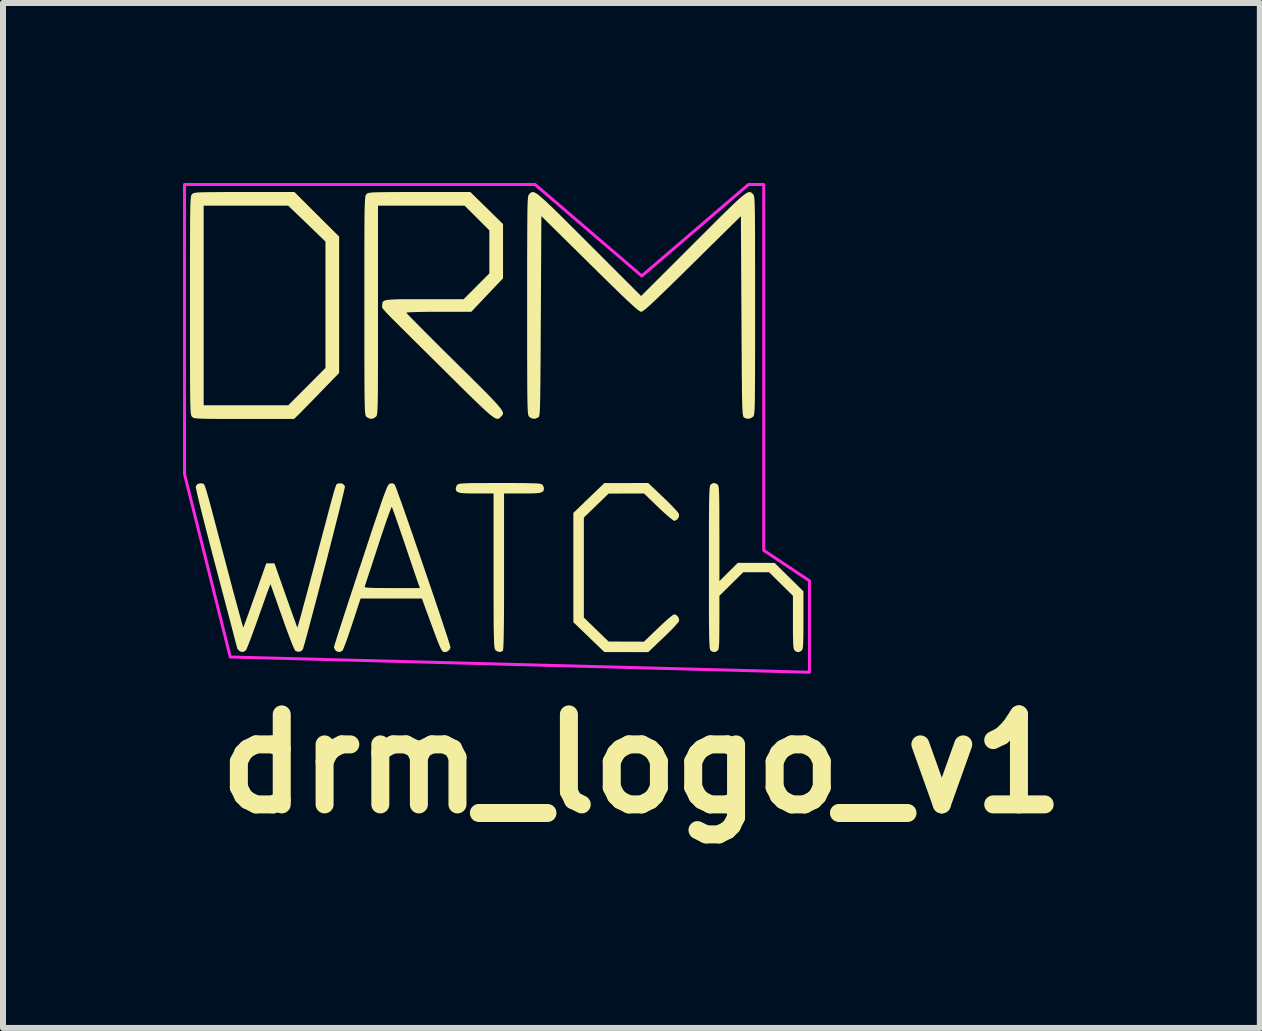
<source format=kicad_pcb>
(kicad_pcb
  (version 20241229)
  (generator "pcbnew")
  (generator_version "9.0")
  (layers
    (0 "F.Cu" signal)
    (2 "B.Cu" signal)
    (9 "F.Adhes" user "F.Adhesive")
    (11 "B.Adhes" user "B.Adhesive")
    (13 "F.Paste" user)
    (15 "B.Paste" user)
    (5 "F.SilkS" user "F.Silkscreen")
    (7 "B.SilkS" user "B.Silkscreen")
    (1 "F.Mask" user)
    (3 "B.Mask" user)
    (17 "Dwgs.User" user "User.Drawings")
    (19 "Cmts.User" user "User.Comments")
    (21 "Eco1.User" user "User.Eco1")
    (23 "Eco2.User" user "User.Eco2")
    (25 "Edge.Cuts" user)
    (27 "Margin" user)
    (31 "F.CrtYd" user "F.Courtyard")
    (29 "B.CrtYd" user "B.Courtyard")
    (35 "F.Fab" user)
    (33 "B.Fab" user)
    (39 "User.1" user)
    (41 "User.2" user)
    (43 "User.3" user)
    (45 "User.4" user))
  (footprint "drm_logo_v1"
    (layer "F.Cu")
    (at 5.105 4.089)
    (property "Reference" "drm_logo_v1" (at 2.54 5.588 0) (layer "F.SilkS") (effects (font (size 1.5 1.5) (thickness 0.3))))
    (attr board_only exclude_from_pos_files exclude_from_bom)
    (fp_poly (pts (xy 2.899 1.149) (xy 2.978 1.225) (xy 3.047 1.295) (xy 3.104 1.356) (xy 3.143 1.401) (xy 3.162 1.429) (xy 3.162 1.43) (xy 3.158 1.476) (xy 3.132 1.517) (xy 3.092 1.539) (xy 3.08 1.54) (xy 3.059 1.529) (xy 3.017 1.496) (xy 2.959 1.447) (xy 2.889 1.384) (xy 2.814 1.313) (xy 2.577 1.085) (xy 2.282 1.086) (xy 1.987 1.087) (xy 1.781 1.287) (xy 1.575 1.486) (xy 1.575 2.319) (xy 1.575 3.152) (xy 1.781 3.352) (xy 1.987 3.552) (xy 2.282 3.553) (xy 2.577 3.554) (xy 2.814 3.326) (xy 2.89 3.254) (xy 2.959 3.192) (xy 3.017 3.142) (xy 3.059 3.11) (xy 3.08 3.098) (xy 3.122 3.114) (xy 3.153 3.151) (xy 3.164 3.197) (xy 3.162 3.209) (xy 3.147 3.233) (xy 3.109 3.277) (xy 3.055 3.336) (xy 2.986 3.405) (xy 2.909 3.48) (xy 2.899 3.489) (xy 2.647 3.729) (xy 2.282 3.728) (xy 1.917 3.728) (xy 1.658 3.479) (xy 1.4 3.23) (xy 1.4 2.319) (xy 1.4 1.409) (xy 1.658 1.16) (xy 1.917 0.911) (xy 2.282 0.911) (xy 2.647 0.91)) (stroke (width 0) (type solid)) (fill yes) (layer "F.SilkS"))
    (fp_poly (pts (xy 0.35 0.91) (xy 0.493 0.911) (xy 0.607 0.912) (xy 0.696 0.914) (xy 0.764 0.916) (xy 0.813 0.919) (xy 0.846 0.923) (xy 0.867 0.929) (xy 0.88 0.935) (xy 0.883 0.938) (xy 0.905 0.974) (xy 0.91 0.998) (xy 0.907 1.027) (xy 0.896 1.049) (xy 0.871 1.065) (xy 0.828 1.076) (xy 0.764 1.082) (xy 0.674 1.085) (xy 0.552 1.085) (xy 0.55 1.085) (xy 0.245 1.085) (xy 0.245 2.386) (xy 0.245 2.645) (xy 0.245 2.871) (xy 0.244 3.066) (xy 0.243 3.231) (xy 0.241 3.368) (xy 0.239 3.48) (xy 0.237 3.567) (xy 0.234 3.631) (xy 0.231 3.675) (xy 0.227 3.7) (xy 0.224 3.708) (xy 0.183 3.727) (xy 0.136 3.72) (xy 0.097 3.69) (xy 0.092 3.679) (xy 0.088 3.662) (xy 0.084 3.636) (xy 0.08 3.598) (xy 0.078 3.547) (xy 0.076 3.479) (xy 0.074 3.393) (xy 0.072 3.286) (xy 0.071 3.155) (xy 0.071 3) (xy 0.07 2.816) (xy 0.07 2.601) (xy 0.07 2.368) (xy 0.07 1.085) (xy -0.218 1.085) (xy -0.336 1.084) (xy -0.424 1.081) (xy -0.485 1.075) (xy -0.526 1.063) (xy -0.548 1.046) (xy -0.558 1.022) (xy -0.56 0.998) (xy -0.548 0.959) (xy -0.533 0.938) (xy -0.522 0.931) (xy -0.504 0.925) (xy -0.475 0.92) (xy -0.431 0.917) (xy -0.37 0.914) (xy -0.288 0.912) (xy -0.182 0.911) (xy -0.048 0.911) (xy 0.116 0.91) (xy 0.175 0.91)) (stroke (width 0) (type solid)) (fill yes) (layer "F.SilkS"))
    (fp_poly (pts (xy -2.876 -3.567) (xy -2.503 -3.196) (xy -2.503 -2.06) (xy -2.503 -0.924) (xy -2.786 -0.633) (xy -2.872 -0.543) (xy -2.957 -0.456) (xy -3.035 -0.377) (xy -3.1 -0.311) (xy -3.147 -0.262) (xy -3.16 -0.249) (xy -3.253 -0.158) (xy -4.086 -0.158) (xy -4.278 -0.158) (xy -4.439 -0.158) (xy -4.57 -0.158) (xy -4.676 -0.159) (xy -4.759 -0.161) (xy -4.822 -0.163) (xy -4.868 -0.166) (xy -4.901 -0.169) (xy -4.924 -0.174) (xy -4.938 -0.18) (xy -4.949 -0.188) (xy -4.954 -0.193) (xy -4.96 -0.199) (xy -4.965 -0.207) (xy -4.969 -0.219) (xy -4.973 -0.236) (xy -4.976 -0.262) (xy -4.979 -0.297) (xy -4.981 -0.344) (xy -4.983 -0.406) (xy -4.985 -0.483) (xy -4.986 -0.578) (xy -4.987 -0.693) (xy -4.988 -0.831) (xy -4.988 -0.992) (xy -4.989 -1.179) (xy -4.989 -1.394) (xy -4.989 -1.64) (xy -4.989 -1.917) (xy -4.989 -2.048) (xy -4.989 -2.34) (xy -4.989 -2.599) (xy -4.989 -2.827) (xy -4.988 -3.027) (xy -4.988 -3.199) (xy -4.987 -3.346) (xy -4.987 -3.471) (xy -4.985 -3.574) (xy -4.984 -3.659) (xy -4.983 -3.711) (xy -4.761 -3.711) (xy -4.761 -2.048) (xy -4.761 -0.385) (xy -4.057 -0.385) (xy -3.352 -0.385) (xy -3.041 -0.696) (xy -2.731 -1.007) (xy -2.731 -2.06) (xy -2.731 -3.113) (xy -3.041 -3.412) (xy -3.352 -3.711) (xy -4.057 -3.711) (xy -4.761 -3.711) (xy -4.983 -3.711) (xy -4.982 -3.727) (xy -4.98 -3.78) (xy -4.977 -3.82) (xy -4.974 -3.85) (xy -4.971 -3.871) (xy -4.967 -3.885) (xy -4.962 -3.894) (xy -4.956 -3.901) (xy -4.954 -3.904) (xy -4.945 -3.912) (xy -4.933 -3.918) (xy -4.916 -3.924) (xy -4.89 -3.928) (xy -4.852 -3.932) (xy -4.799 -3.934) (xy -4.729 -3.936) (xy -4.637 -3.937) (xy -4.522 -3.938) (xy -4.379 -3.939) (xy -4.207 -3.939) (xy -4.084 -3.939) (xy -3.249 -3.939)) (stroke (width 0) (type solid)) (fill yes) (layer "F.SilkS"))
    (fp_poly (pts (xy 3.785 0.922) (xy 3.806 0.938) (xy 3.813 0.948) (xy 3.818 0.965) (xy 3.823 0.993) (xy 3.826 1.034) (xy 3.829 1.091) (xy 3.831 1.168) (xy 3.832 1.268) (xy 3.833 1.393) (xy 3.833 1.547) (xy 3.834 1.733) (xy 3.834 1.756) (xy 3.834 2.546) (xy 3.987 2.393) (xy 4.141 2.241) (xy 4.447 2.241) (xy 4.753 2.242) (xy 4.993 2.478) (xy 5.234 2.715) (xy 5.234 3.195) (xy 5.234 3.339) (xy 5.233 3.453) (xy 5.231 3.54) (xy 5.229 3.603) (xy 5.225 3.647) (xy 5.219 3.676) (xy 5.212 3.694) (xy 5.207 3.701) (xy 5.17 3.724) (xy 5.147 3.729) (xy 5.108 3.717) (xy 5.087 3.701) (xy 5.078 3.688) (xy 5.071 3.666) (xy 5.066 3.631) (xy 5.063 3.579) (xy 5.061 3.505) (xy 5.059 3.406) (xy 5.059 3.277) (xy 5.059 3.232) (xy 5.059 2.79) (xy 4.86 2.594) (xy 4.662 2.398) (xy 4.446 2.398) (xy 4.231 2.398) (xy 4.032 2.594) (xy 3.834 2.79) (xy 3.834 3.232) (xy 3.833 3.371) (xy 3.832 3.478) (xy 3.831 3.559) (xy 3.827 3.618) (xy 3.823 3.657) (xy 3.817 3.683) (xy 3.809 3.698) (xy 3.806 3.701) (xy 3.77 3.724) (xy 3.746 3.729) (xy 3.708 3.717) (xy 3.686 3.701) (xy 3.681 3.693) (xy 3.677 3.679) (xy 3.673 3.656) (xy 3.669 3.622) (xy 3.667 3.574) (xy 3.664 3.511) (xy 3.663 3.431) (xy 3.661 3.33) (xy 3.66 3.206) (xy 3.659 3.058) (xy 3.659 2.882) (xy 3.659 2.678) (xy 3.659 2.441) (xy 3.659 2.319) (xy 3.659 2.068) (xy 3.659 1.848) (xy 3.659 1.66) (xy 3.66 1.499) (xy 3.661 1.364) (xy 3.662 1.253) (xy 3.664 1.163) (xy 3.666 1.092) (xy 3.668 1.037) (xy 3.671 0.997) (xy 3.675 0.97) (xy 3.679 0.951) (xy 3.684 0.941) (xy 3.686 0.938) (xy 3.723 0.915) (xy 3.746 0.91)) (stroke (width 0) (type solid)) (fill yes) (layer "F.SilkS"))
    (fp_poly (pts (xy -1.584 0.93) (xy -1.577 0.937) (xy -1.568 0.958) (xy -1.548 1.008) (xy -1.52 1.086) (xy -1.483 1.188) (xy -1.439 1.31) (xy -1.39 1.451) (xy -1.336 1.606) (xy -1.277 1.774) (xy -1.217 1.95) (xy -1.154 2.132) (xy -1.091 2.316) (xy -1.028 2.5) (xy -0.966 2.681) (xy -0.907 2.855) (xy -0.851 3.02) (xy -0.8 3.172) (xy -0.755 3.309) (xy -0.716 3.427) (xy -0.685 3.523) (xy -0.663 3.594) (xy -0.65 3.638) (xy -0.648 3.65) (xy -0.662 3.686) (xy -0.696 3.716) (xy -0.732 3.728) (xy -0.748 3.728) (xy -0.762 3.725) (xy -0.776 3.718) (xy -0.79 3.702) (xy -0.806 3.676) (xy -0.825 3.635) (xy -0.849 3.578) (xy -0.879 3.502) (xy -0.916 3.403) (xy -0.962 3.279) (xy -1.018 3.126) (xy -1.059 3.015) (xy -1.124 2.836) (xy -1.635 2.836) (xy -2.146 2.836) (xy -2.285 3.259) (xy -2.324 3.375) (xy -2.36 3.481) (xy -2.393 3.572) (xy -2.42 3.643) (xy -2.439 3.689) (xy -2.448 3.705) (xy -2.491 3.727) (xy -2.539 3.719) (xy -2.563 3.701) (xy -2.585 3.666) (xy -2.59 3.644) (xy -2.584 3.623) (xy -2.568 3.572) (xy -2.543 3.492) (xy -2.51 3.387) (xy -2.468 3.259) (xy -2.42 3.11) (xy -2.366 2.943) (xy -2.306 2.761) (xy -2.265 2.637) (xy -2.078 2.637) (xy -2.076 2.644) (xy -2.061 2.65) (xy -2.029 2.654) (xy -1.978 2.657) (xy -1.904 2.659) (xy -1.802 2.66) (xy -1.67 2.661) (xy -1.622 2.661) (xy -1.156 2.661) (xy -1.175 2.613) (xy -1.185 2.585) (xy -1.204 2.529) (xy -1.232 2.448) (xy -1.267 2.345) (xy -1.308 2.225) (xy -1.353 2.092) (xy -1.401 1.95) (xy -1.403 1.943) (xy -1.451 1.802) (xy -1.496 1.672) (xy -1.536 1.556) (xy -1.57 1.458) (xy -1.597 1.382) (xy -1.616 1.331) (xy -1.625 1.309) (xy -1.626 1.308) (xy -1.634 1.322) (xy -1.651 1.365) (xy -1.677 1.434) (xy -1.71 1.526) (xy -1.748 1.638) (xy -1.792 1.766) (xy -1.838 1.907) (xy -1.853 1.954) (xy -1.901 2.099) (xy -1.945 2.235) (xy -1.985 2.357) (xy -2.02 2.462) (xy -2.047 2.545) (xy -2.066 2.604) (xy -2.077 2.634) (xy -2.078 2.637) (xy -2.265 2.637) (xy -2.242 2.566) (xy -2.175 2.361) (xy -2.146 2.276) (xy -2.066 2.033) (xy -1.996 1.821) (xy -1.936 1.639) (xy -1.883 1.483) (xy -1.839 1.352) (xy -1.802 1.243) (xy -1.771 1.154) (xy -1.745 1.084) (xy -1.724 1.03) (xy -1.708 0.989) (xy -1.694 0.961) (xy -1.682 0.941) (xy -1.672 0.929) (xy -1.663 0.923) (xy -1.657 0.92) (xy -1.616 0.913)) (stroke (width 0) (type solid)) (fill yes) (layer "F.SilkS"))
    (fp_poly (pts (xy -4.779 0.919) (xy -4.772 0.921) (xy -4.765 0.923) (xy -4.759 0.927) (xy -4.753 0.935) (xy -4.745 0.951) (xy -4.736 0.975) (xy -4.724 1.011) (xy -4.709 1.06) (xy -4.69 1.125) (xy -4.667 1.208) (xy -4.639 1.311) (xy -4.606 1.437) (xy -4.566 1.588) (xy -4.519 1.766) (xy -4.464 1.974) (xy -4.402 2.21) (xy -4.351 2.401) (xy -4.304 2.581) (xy -4.259 2.748) (xy -4.218 2.899) (xy -4.182 3.031) (xy -4.152 3.141) (xy -4.128 3.228) (xy -4.111 3.287) (xy -4.102 3.316) (xy -4.101 3.319) (xy -4.093 3.301) (xy -4.076 3.254) (xy -4.05 3.183) (xy -4.016 3.09) (xy -3.977 2.98) (xy -3.933 2.857) (xy -3.906 2.781) (xy -3.718 2.249) (xy -3.649 2.249) (xy -3.581 2.249) (xy -3.394 2.78) (xy -3.348 2.909) (xy -3.306 3.027) (xy -3.269 3.131) (xy -3.238 3.215) (xy -3.216 3.277) (xy -3.202 3.312) (xy -3.199 3.318) (xy -3.194 3.303) (xy -3.18 3.257) (xy -3.159 3.182) (xy -3.131 3.082) (xy -3.098 2.959) (xy -3.059 2.816) (xy -3.016 2.656) (xy -2.97 2.481) (xy -2.92 2.295) (xy -2.898 2.21) (xy -2.835 1.971) (xy -2.78 1.764) (xy -2.733 1.587) (xy -2.693 1.436) (xy -2.66 1.31) (xy -2.632 1.207) (xy -2.609 1.124) (xy -2.591 1.059) (xy -2.576 1.01) (xy -2.564 0.975) (xy -2.555 0.95) (xy -2.547 0.935) (xy -2.54 0.927) (xy -2.534 0.922) (xy -2.528 0.921) (xy -2.52 0.919) (xy -2.467 0.915) (xy -2.425 0.937) (xy -2.406 0.968) (xy -2.41 0.989) (xy -2.421 1.04) (xy -2.44 1.119) (xy -2.465 1.223) (xy -2.496 1.348) (xy -2.532 1.49) (xy -2.572 1.648) (xy -2.615 1.818) (xy -2.661 1.997) (xy -2.708 2.181) (xy -2.757 2.367) (xy -2.805 2.553) (xy -2.852 2.735) (xy -2.898 2.91) (xy -2.942 3.075) (xy -2.982 3.227) (xy -3.018 3.362) (xy -3.049 3.478) (xy -3.075 3.571) (xy -3.095 3.638) (xy -3.106 3.677) (xy -3.108 3.681) (xy -3.136 3.713) (xy -3.18 3.724) (xy -3.224 3.712) (xy -3.238 3.7) (xy -3.251 3.676) (xy -3.275 3.623) (xy -3.306 3.545) (xy -3.343 3.447) (xy -3.386 3.333) (xy -3.431 3.207) (xy -3.457 3.133) (xy -3.503 3.004) (xy -3.544 2.886) (xy -3.581 2.783) (xy -3.611 2.698) (xy -3.633 2.637) (xy -3.646 2.602) (xy -3.648 2.596) (xy -3.655 2.61) (xy -3.671 2.655) (xy -3.697 2.724) (xy -3.73 2.815) (xy -3.768 2.924) (xy -3.812 3.046) (xy -3.841 3.129) (xy -3.888 3.261) (xy -3.932 3.382) (xy -3.972 3.49) (xy -4.006 3.58) (xy -4.033 3.647) (xy -4.051 3.688) (xy -4.057 3.698) (xy -4.101 3.726) (xy -4.148 3.72) (xy -4.174 3.701) (xy -4.196 3.677) (xy -4.201 3.667) (xy -4.206 3.649) (xy -4.218 3.6) (xy -4.239 3.523) (xy -4.266 3.419) (xy -4.299 3.292) (xy -4.338 3.144) (xy -4.382 2.977) (xy -4.43 2.795) (xy -4.482 2.599) (xy -4.536 2.393) (xy -4.552 2.333) (xy -4.61 2.114) (xy -4.664 1.906) (xy -4.714 1.713) (xy -4.759 1.537) (xy -4.799 1.38) (xy -4.832 1.245) (xy -4.859 1.133) (xy -4.878 1.049) (xy -4.89 0.993) (xy -4.893 0.969) (xy -4.893 0.968) (xy -4.868 0.931) (xy -4.823 0.914)) (stroke (width 0) (type solid)) (fill yes) (layer "F.SilkS"))
    (fp_poly (pts (xy -0.044 -3.672) (xy 0.228 -3.405) (xy 0.228 -2.953) (xy 0.228 -2.501) (xy -0.037 -2.222) (xy -0.301 -1.943) (xy -0.842 -1.943) (xy -0.983 -1.943) (xy -1.108 -1.941) (xy -1.214 -1.939) (xy -1.298 -1.936) (xy -1.355 -1.933) (xy -1.381 -1.929) (xy -1.383 -1.927) (xy -1.371 -1.913) (xy -1.336 -1.875) (xy -1.28 -1.818) (xy -1.205 -1.742) (xy -1.114 -1.65) (xy -1.008 -1.544) (xy -0.89 -1.426) (xy -0.762 -1.298) (xy -0.625 -1.163) (xy -0.578 -1.116) (xy -0.411 -0.952) (xy -0.268 -0.81) (xy -0.147 -0.69) (xy -0.046 -0.588) (xy 0.036 -0.503) (xy 0.101 -0.434) (xy 0.151 -0.378) (xy 0.187 -0.333) (xy 0.211 -0.298) (xy 0.224 -0.271) (xy 0.228 -0.249) (xy 0.224 -0.231) (xy 0.214 -0.215) (xy 0.2 -0.2) (xy 0.193 -0.193) (xy 0.177 -0.177) (xy 0.162 -0.166) (xy 0.146 -0.159) (xy 0.128 -0.159) (xy 0.104 -0.166) (xy 0.074 -0.183) (xy 0.035 -0.211) (xy -0.014 -0.251) (xy -0.075 -0.306) (xy -0.149 -0.375) (xy -0.24 -0.462) (xy -0.348 -0.567) (xy -0.475 -0.692) (xy -0.623 -0.839) (xy -0.794 -1.009) (xy -0.812 -1.027) (xy -0.991 -1.204) (xy -1.147 -1.358) (xy -1.281 -1.491) (xy -1.395 -1.605) (xy -1.491 -1.7) (xy -1.57 -1.779) (xy -1.634 -1.843) (xy -1.684 -1.894) (xy -1.722 -1.934) (xy -1.749 -1.965) (xy -1.768 -1.987) (xy -1.78 -2.003) (xy -1.786 -2.015) (xy -1.788 -2.024) (xy -1.787 -2.031) (xy -1.786 -2.039) (xy -1.786 -2.047) (xy -1.785 -2.073) (xy -1.782 -2.095) (xy -1.773 -2.112) (xy -1.755 -2.126) (xy -1.725 -2.136) (xy -1.679 -2.143) (xy -1.615 -2.148) (xy -1.529 -2.151) (xy -1.418 -2.153) (xy -1.279 -2.153) (xy -1.108 -2.153) (xy -1.079 -2.153) (xy -0.428 -2.153) (xy -0.214 -2.368) (xy 0 -2.583) (xy 0 -2.941) (xy 0 -3.3) (xy -0.206 -3.506) (xy -0.412 -3.711) (xy -1.134 -3.711) (xy -1.856 -3.711) (xy -1.856 -1.969) (xy -1.856 -1.684) (xy -1.856 -1.432) (xy -1.856 -1.21) (xy -1.856 -1.017) (xy -1.857 -0.851) (xy -1.857 -0.71) (xy -1.858 -0.591) (xy -1.859 -0.493) (xy -1.861 -0.413) (xy -1.863 -0.35) (xy -1.865 -0.301) (xy -1.868 -0.265) (xy -1.871 -0.238) (xy -1.875 -0.22) (xy -1.88 -0.207) (xy -1.885 -0.199) (xy -1.89 -0.193) (xy -1.891 -0.193) (xy -1.932 -0.166) (xy -1.969 -0.158) (xy -2.015 -0.17) (xy -2.048 -0.193) (xy -2.054 -0.199) (xy -2.059 -0.207) (xy -2.063 -0.219) (xy -2.067 -0.236) (xy -2.07 -0.262) (xy -2.073 -0.297) (xy -2.075 -0.344) (xy -2.077 -0.406) (xy -2.079 -0.483) (xy -2.08 -0.578) (xy -2.081 -0.693) (xy -2.082 -0.831) (xy -2.082 -0.992) (xy -2.083 -1.179) (xy -2.083 -1.394) (xy -2.083 -1.64) (xy -2.083 -1.917) (xy -2.083 -2.048) (xy -2.083 -2.34) (xy -2.083 -2.599) (xy -2.083 -2.827) (xy -2.083 -3.027) (xy -2.082 -3.199) (xy -2.082 -3.346) (xy -2.081 -3.471) (xy -2.08 -3.574) (xy -2.078 -3.659) (xy -2.076 -3.727) (xy -2.074 -3.78) (xy -2.071 -3.82) (xy -2.068 -3.85) (xy -2.065 -3.871) (xy -2.061 -3.885) (xy -2.056 -3.894) (xy -2.051 -3.901) (xy -2.048 -3.904) (xy -2.039 -3.912) (xy -2.027 -3.918) (xy -2.01 -3.924) (xy -1.984 -3.928) (xy -1.947 -3.932) (xy -1.895 -3.934) (xy -1.825 -3.936) (xy -1.734 -3.937) (xy -1.619 -3.938) (xy -1.478 -3.939) (xy -1.307 -3.939) (xy -1.165 -3.939) (xy -0.317 -3.939)) (stroke (width 0) (type solid)) (fill yes) (layer "F.SilkS"))
    (fp_poly (pts (xy 0.754 -3.931) (xy 0.785 -3.915) (xy 0.823 -3.887) (xy 0.872 -3.846) (xy 0.932 -3.792) (xy 1.007 -3.722) (xy 1.097 -3.635) (xy 1.204 -3.53) (xy 1.33 -3.404) (xy 1.478 -3.257) (xy 1.648 -3.087) (xy 1.663 -3.072) (xy 2.529 -2.206) (xy 3.396 -3.072) (xy 3.569 -3.244) (xy 3.718 -3.393) (xy 3.846 -3.521) (xy 3.955 -3.628) (xy 4.046 -3.716) (xy 4.121 -3.787) (xy 4.183 -3.843) (xy 4.233 -3.884) (xy 4.272 -3.913) (xy 4.302 -3.93) (xy 4.327 -3.939) (xy 4.346 -3.938) (xy 4.362 -3.932) (xy 4.377 -3.92) (xy 4.393 -3.905) (xy 4.394 -3.904) (xy 4.399 -3.897) (xy 4.404 -3.889) (xy 4.409 -3.878) (xy 4.413 -3.86) (xy 4.416 -3.834) (xy 4.419 -3.799) (xy 4.421 -3.752) (xy 4.423 -3.69) (xy 4.425 -3.613) (xy 4.426 -3.518) (xy 4.427 -3.403) (xy 4.428 -3.266) (xy 4.428 -3.104) (xy 4.428 -2.917) (xy 4.429 -2.702) (xy 4.429 -2.456) (xy 4.429 -2.179) (xy 4.429 -2.048) (xy 4.429 -1.756) (xy 4.429 -1.497) (xy 4.429 -1.269) (xy 4.428 -1.07) (xy 4.428 -0.897) (xy 4.427 -0.75) (xy 4.426 -0.625) (xy 4.425 -0.522) (xy 4.424 -0.437) (xy 4.422 -0.369) (xy 4.42 -0.316) (xy 4.417 -0.276) (xy 4.414 -0.246) (xy 4.411 -0.225) (xy 4.406 -0.211) (xy 4.402 -0.202) (xy 4.396 -0.195) (xy 4.394 -0.193) (xy 4.341 -0.162) (xy 4.282 -0.163) (xy 4.244 -0.182) (xy 4.238 -0.187) (xy 4.233 -0.195) (xy 4.229 -0.207) (xy 4.225 -0.226) (xy 4.222 -0.253) (xy 4.219 -0.292) (xy 4.216 -0.344) (xy 4.214 -0.41) (xy 4.212 -0.494) (xy 4.21 -0.598) (xy 4.209 -0.723) (xy 4.207 -0.871) (xy 4.206 -1.045) (xy 4.205 -1.247) (xy 4.203 -1.478) (xy 4.202 -1.742) (xy 4.201 -1.872) (xy 4.192 -3.537) (xy 3.384 -2.74) (xy 3.217 -2.575) (xy 3.073 -2.434) (xy 2.95 -2.314) (xy 2.847 -2.215) (xy 2.762 -2.133) (xy 2.693 -2.069) (xy 2.638 -2.019) (xy 2.596 -1.984) (xy 2.565 -1.96) (xy 2.544 -1.947) (xy 2.53 -1.943) (xy 2.53 -1.943) (xy 2.516 -1.947) (xy 2.495 -1.96) (xy 2.464 -1.983) (xy 2.423 -2.018) (xy 2.369 -2.067) (xy 2.3 -2.131) (xy 2.215 -2.211) (xy 2.113 -2.31) (xy 1.991 -2.429) (xy 1.847 -2.57) (xy 1.681 -2.734) (xy 1.675 -2.74) (xy 0.867 -3.537) (xy 0.858 -1.872) (xy 0.856 -1.593) (xy 0.855 -1.347) (xy 0.854 -1.133) (xy 0.852 -0.946) (xy 0.851 -0.787) (xy 0.849 -0.651) (xy 0.848 -0.539) (xy 0.846 -0.446) (xy 0.844 -0.372) (xy 0.842 -0.314) (xy 0.839 -0.269) (xy 0.836 -0.237) (xy 0.832 -0.215) (xy 0.828 -0.2) (xy 0.823 -0.19) (xy 0.818 -0.184) (xy 0.815 -0.182) (xy 0.758 -0.159) (xy 0.7 -0.168) (xy 0.665 -0.193) (xy 0.66 -0.199) (xy 0.655 -0.207) (xy 0.65 -0.219) (xy 0.646 -0.236) (xy 0.643 -0.262) (xy 0.64 -0.297) (xy 0.638 -0.344) (xy 0.636 -0.406) (xy 0.634 -0.483) (xy 0.633 -0.578) (xy 0.632 -0.693) (xy 0.631 -0.831) (xy 0.631 -0.992) (xy 0.63 -1.179) (xy 0.63 -1.394) (xy 0.63 -1.64) (xy 0.63 -1.917) (xy 0.63 -2.048) (xy 0.63 -2.34) (xy 0.63 -2.599) (xy 0.63 -2.827) (xy 0.631 -3.027) (xy 0.631 -3.199) (xy 0.632 -3.346) (xy 0.633 -3.471) (xy 0.634 -3.574) (xy 0.635 -3.659) (xy 0.637 -3.727) (xy 0.639 -3.78) (xy 0.642 -3.82) (xy 0.645 -3.85) (xy 0.648 -3.871) (xy 0.653 -3.885) (xy 0.657 -3.894) (xy 0.663 -3.901) (xy 0.665 -3.904) (xy 0.681 -3.919) (xy 0.696 -3.931) (xy 0.712 -3.938) (xy 0.731 -3.939)) (stroke (width 0) (type solid)) (fill yes) (layer "F.SilkS"))
    (fp_poly (pts (xy -5.08 -4.064) (xy 0.762 -4.064) (xy 2.54 -2.54) (xy 4.318 -4.064) (xy 4.572 -4.064) (xy 4.572 2.032) (xy 5.334 2.54) (xy 5.334 4.064) (xy -4.318 3.81) (xy -5.08 0.762)) (stroke (width 0.05) (type solid)) (fill no) (layer "F.CrtYd")))
  (gr_rect
    (start -3 -3)
    (end 17.945 14.081)
    (stroke (width 0.1) (type default))
    (fill no)
    (layer "Edge.Cuts")))
</source>
